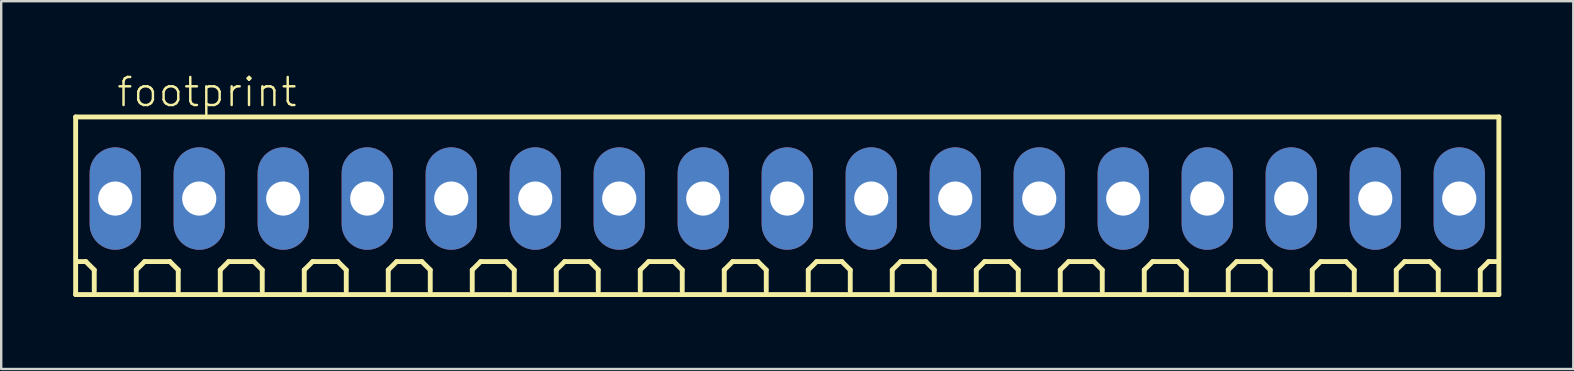
<source format=kicad_pcb>
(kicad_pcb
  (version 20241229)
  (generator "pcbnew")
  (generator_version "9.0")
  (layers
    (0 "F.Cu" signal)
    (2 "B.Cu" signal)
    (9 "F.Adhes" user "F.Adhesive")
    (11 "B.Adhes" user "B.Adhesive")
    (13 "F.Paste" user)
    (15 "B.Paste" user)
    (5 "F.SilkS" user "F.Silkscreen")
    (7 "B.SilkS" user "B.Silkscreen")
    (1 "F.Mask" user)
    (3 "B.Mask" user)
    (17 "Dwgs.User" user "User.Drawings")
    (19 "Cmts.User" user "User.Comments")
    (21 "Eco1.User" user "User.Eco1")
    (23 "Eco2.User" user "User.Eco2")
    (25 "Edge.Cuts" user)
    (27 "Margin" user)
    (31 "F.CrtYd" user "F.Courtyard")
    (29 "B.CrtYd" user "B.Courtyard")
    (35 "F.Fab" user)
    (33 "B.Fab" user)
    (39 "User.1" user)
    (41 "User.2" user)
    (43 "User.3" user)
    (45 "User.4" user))
  (footprint "footprint"
    (layer "F.Cu")
    (at 29.752 5.223)
    (property "Reference" "footprint" (at -28 -3.75 0) (layer "F.SilkS") (effects (font (size 1.168 1.168) (thickness 0.102)) (justify left bottom)))
    (fp_line (start -29.65 -3.4) (end 29.65 -3.4) (stroke (width 0.203) (type solid)) (layer "F.SilkS"))
    (fp_line (start -29.65 4) (end -29.65 -3.4) (stroke (width 0.203) (type solid)) (layer "F.SilkS"))
    (fp_line (start -29.225 2.625) (end -29.575 2.625) (stroke (width 0.203) (type solid)) (layer "F.SilkS"))
    (fp_line (start -28.875 2.975) (end -29.225 2.625) (stroke (width 0.203) (type solid)) (layer "F.SilkS"))
    (fp_line (start -28.875 3.85) (end -28.875 2.975) (stroke (width 0.203) (type solid)) (layer "F.SilkS"))
    (fp_line (start -27.125 2.975) (end -26.775 2.625) (stroke (width 0.203) (type solid)) (layer "F.SilkS"))
    (fp_line (start -27.125 3.85) (end -27.125 2.975) (stroke (width 0.203) (type solid)) (layer "F.SilkS"))
    (fp_line (start -26.775 2.625) (end -25.725 2.625) (stroke (width 0.203) (type solid)) (layer "F.SilkS"))
    (fp_line (start -25.725 2.625) (end -25.375 2.975) (stroke (width 0.203) (type solid)) (layer "F.SilkS"))
    (fp_line (start -25.375 2.975) (end -25.375 3.85) (stroke (width 0.203) (type solid)) (layer "F.SilkS"))
    (fp_line (start -23.625 2.975) (end -23.275 2.625) (stroke (width 0.203) (type solid)) (layer "F.SilkS"))
    (fp_line (start -23.625 3.85) (end -23.625 2.975) (stroke (width 0.203) (type solid)) (layer "F.SilkS"))
    (fp_line (start -23.275 2.625) (end -22.225 2.625) (stroke (width 0.203) (type solid)) (layer "F.SilkS"))
    (fp_line (start -22.225 2.625) (end -21.875 2.975) (stroke (width 0.203) (type solid)) (layer "F.SilkS"))
    (fp_line (start -21.875 2.975) (end -21.875 3.85) (stroke (width 0.203) (type solid)) (layer "F.SilkS"))
    (fp_line (start -20.125 2.975) (end -19.775 2.625) (stroke (width 0.203) (type solid)) (layer "F.SilkS"))
    (fp_line (start -20.125 3.85) (end -20.125 2.975) (stroke (width 0.203) (type solid)) (layer "F.SilkS"))
    (fp_line (start -19.775 2.625) (end -18.725 2.625) (stroke (width 0.203) (type solid)) (layer "F.SilkS"))
    (fp_line (start -18.725 2.625) (end -18.375 2.975) (stroke (width 0.203) (type solid)) (layer "F.SilkS"))
    (fp_line (start -18.375 2.975) (end -18.375 3.85) (stroke (width 0.203) (type solid)) (layer "F.SilkS"))
    (fp_line (start -16.625 2.975) (end -16.275 2.625) (stroke (width 0.203) (type solid)) (layer "F.SilkS"))
    (fp_line (start -16.625 3.85) (end -16.625 2.975) (stroke (width 0.203) (type solid)) (layer "F.SilkS"))
    (fp_line (start -16.275 2.625) (end -15.225 2.625) (stroke (width 0.203) (type solid)) (layer "F.SilkS"))
    (fp_line (start -15.225 2.625) (end -14.875 2.975) (stroke (width 0.203) (type solid)) (layer "F.SilkS"))
    (fp_line (start -14.875 2.975) (end -14.875 3.85) (stroke (width 0.203) (type solid)) (layer "F.SilkS"))
    (fp_line (start -13.125 2.975) (end -12.775 2.625) (stroke (width 0.203) (type solid)) (layer "F.SilkS"))
    (fp_line (start -13.125 3.85) (end -13.125 2.975) (stroke (width 0.203) (type solid)) (layer "F.SilkS"))
    (fp_line (start -12.775 2.625) (end -11.725 2.625) (stroke (width 0.203) (type solid)) (layer "F.SilkS"))
    (fp_line (start -11.725 2.625) (end -11.375 2.975) (stroke (width 0.203) (type solid)) (layer "F.SilkS"))
    (fp_line (start -11.375 2.975) (end -11.375 3.85) (stroke (width 0.203) (type solid)) (layer "F.SilkS"))
    (fp_line (start -9.625 2.975) (end -9.275 2.625) (stroke (width 0.203) (type solid)) (layer "F.SilkS"))
    (fp_line (start -9.625 3.85) (end -9.625 2.975) (stroke (width 0.203) (type solid)) (layer "F.SilkS"))
    (fp_line (start -9.275 2.625) (end -8.225 2.625) (stroke (width 0.203) (type solid)) (layer "F.SilkS"))
    (fp_line (start -8.225 2.625) (end -7.875 2.975) (stroke (width 0.203) (type solid)) (layer "F.SilkS"))
    (fp_line (start -7.875 2.975) (end -7.875 3.85) (stroke (width 0.203) (type solid)) (layer "F.SilkS"))
    (fp_line (start -6.125 2.975) (end -5.775 2.625) (stroke (width 0.203) (type solid)) (layer "F.SilkS"))
    (fp_line (start -6.125 3.85) (end -6.125 2.975) (stroke (width 0.203) (type solid)) (layer "F.SilkS"))
    (fp_line (start -5.775 2.625) (end -4.725 2.625) (stroke (width 0.203) (type solid)) (layer "F.SilkS"))
    (fp_line (start -4.725 2.625) (end -4.375 2.975) (stroke (width 0.203) (type solid)) (layer "F.SilkS"))
    (fp_line (start -4.375 2.975) (end -4.375 3.85) (stroke (width 0.203) (type solid)) (layer "F.SilkS"))
    (fp_line (start -2.625 2.975) (end -2.275 2.625) (stroke (width 0.203) (type solid)) (layer "F.SilkS"))
    (fp_line (start -2.625 3.85) (end -2.625 2.975) (stroke (width 0.203) (type solid)) (layer "F.SilkS"))
    (fp_line (start -2.275 2.625) (end -1.225 2.625) (stroke (width 0.203) (type solid)) (layer "F.SilkS"))
    (fp_line (start -1.225 2.625) (end -0.875 2.975) (stroke (width 0.203) (type solid)) (layer "F.SilkS"))
    (fp_line (start -0.875 2.975) (end -0.875 3.85) (stroke (width 0.203) (type solid)) (layer "F.SilkS"))
    (fp_line (start 0.875 2.975) (end 1.225 2.625) (stroke (width 0.203) (type solid)) (layer "F.SilkS"))
    (fp_line (start 0.875 3.85) (end 0.875 2.975) (stroke (width 0.203) (type solid)) (layer "F.SilkS"))
    (fp_line (start 1.225 2.625) (end 2.275 2.625) (stroke (width 0.203) (type solid)) (layer "F.SilkS"))
    (fp_line (start 2.275 2.625) (end 2.625 2.975) (stroke (width 0.203) (type solid)) (layer "F.SilkS"))
    (fp_line (start 2.625 2.975) (end 2.625 3.85) (stroke (width 0.203) (type solid)) (layer "F.SilkS"))
    (fp_line (start 4.375 2.975) (end 4.725 2.625) (stroke (width 0.203) (type solid)) (layer "F.SilkS"))
    (fp_line (start 4.375 3.85) (end 4.375 2.975) (stroke (width 0.203) (type solid)) (layer "F.SilkS"))
    (fp_line (start 4.725 2.625) (end 5.775 2.625) (stroke (width 0.203) (type solid)) (layer "F.SilkS"))
    (fp_line (start 5.775 2.625) (end 6.125 2.975) (stroke (width 0.203) (type solid)) (layer "F.SilkS"))
    (fp_line (start 6.125 2.975) (end 6.125 3.85) (stroke (width 0.203) (type solid)) (layer "F.SilkS"))
    (fp_line (start 7.875 2.975) (end 8.225 2.625) (stroke (width 0.203) (type solid)) (layer "F.SilkS"))
    (fp_line (start 7.875 3.85) (end 7.875 2.975) (stroke (width 0.203) (type solid)) (layer "F.SilkS"))
    (fp_line (start 8.225 2.625) (end 9.275 2.625) (stroke (width 0.203) (type solid)) (layer "F.SilkS"))
    (fp_line (start 9.275 2.625) (end 9.625 2.975) (stroke (width 0.203) (type solid)) (layer "F.SilkS"))
    (fp_line (start 9.625 2.975) (end 9.625 3.85) (stroke (width 0.203) (type solid)) (layer "F.SilkS"))
    (fp_line (start 11.375 2.975) (end 11.725 2.625) (stroke (width 0.203) (type solid)) (layer "F.SilkS"))
    (fp_line (start 11.375 3.85) (end 11.375 2.975) (stroke (width 0.203) (type solid)) (layer "F.SilkS"))
    (fp_line (start 11.725 2.625) (end 12.775 2.625) (stroke (width 0.203) (type solid)) (layer "F.SilkS"))
    (fp_line (start 12.775 2.625) (end 13.125 2.975) (stroke (width 0.203) (type solid)) (layer "F.SilkS"))
    (fp_line (start 13.125 2.975) (end 13.125 3.85) (stroke (width 0.203) (type solid)) (layer "F.SilkS"))
    (fp_line (start 14.875 2.975) (end 15.225 2.625) (stroke (width 0.203) (type solid)) (layer "F.SilkS"))
    (fp_line (start 14.875 3.85) (end 14.875 2.975) (stroke (width 0.203) (type solid)) (layer "F.SilkS"))
    (fp_line (start 15.225 2.625) (end 16.275 2.625) (stroke (width 0.203) (type solid)) (layer "F.SilkS"))
    (fp_line (start 16.275 2.625) (end 16.625 2.975) (stroke (width 0.203) (type solid)) (layer "F.SilkS"))
    (fp_line (start 16.625 2.975) (end 16.625 3.85) (stroke (width 0.203) (type solid)) (layer "F.SilkS"))
    (fp_line (start 18.375 2.975) (end 18.725 2.625) (stroke (width 0.203) (type solid)) (layer "F.SilkS"))
    (fp_line (start 18.375 3.85) (end 18.375 2.975) (stroke (width 0.203) (type solid)) (layer "F.SilkS"))
    (fp_line (start 18.725 2.625) (end 19.775 2.625) (stroke (width 0.203) (type solid)) (layer "F.SilkS"))
    (fp_line (start 19.775 2.625) (end 20.125 2.975) (stroke (width 0.203) (type solid)) (layer "F.SilkS"))
    (fp_line (start 20.125 2.975) (end 20.125 3.85) (stroke (width 0.203) (type solid)) (layer "F.SilkS"))
    (fp_line (start 21.875 2.975) (end 22.225 2.625) (stroke (width 0.203) (type solid)) (layer "F.SilkS"))
    (fp_line (start 21.875 3.85) (end 21.875 2.975) (stroke (width 0.203) (type solid)) (layer "F.SilkS"))
    (fp_line (start 22.225 2.625) (end 23.275 2.625) (stroke (width 0.203) (type solid)) (layer "F.SilkS"))
    (fp_line (start 23.275 2.625) (end 23.625 2.975) (stroke (width 0.203) (type solid)) (layer "F.SilkS"))
    (fp_line (start 23.625 2.975) (end 23.625 3.85) (stroke (width 0.203) (type solid)) (layer "F.SilkS"))
    (fp_line (start 25.375 2.975) (end 25.725 2.625) (stroke (width 0.203) (type solid)) (layer "F.SilkS"))
    (fp_line (start 25.375 3.85) (end 25.375 2.975) (stroke (width 0.203) (type solid)) (layer "F.SilkS"))
    (fp_line (start 25.725 2.625) (end 26.775 2.625) (stroke (width 0.203) (type solid)) (layer "F.SilkS"))
    (fp_line (start 26.775 2.625) (end 27.125 2.975) (stroke (width 0.203) (type solid)) (layer "F.SilkS"))
    (fp_line (start 27.125 2.975) (end 27.125 3.85) (stroke (width 0.203) (type solid)) (layer "F.SilkS"))
    (fp_line (start 28.875 2.975) (end 29.225 2.625) (stroke (width 0.203) (type solid)) (layer "F.SilkS"))
    (fp_line (start 28.875 3.85) (end 28.875 2.975) (stroke (width 0.203) (type solid)) (layer "F.SilkS"))
    (fp_line (start 29.225 2.625) (end 29.575 2.625) (stroke (width 0.203) (type solid)) (layer "F.SilkS"))
    (fp_line (start 29.65 -3.4) (end 29.65 4) (stroke (width 0.203) (type solid)) (layer "F.SilkS"))
    (fp_line (start 29.65 4) (end -29.65 4) (stroke (width 0.203) (type solid)) (layer "F.SilkS"))
    (pad "1" thru_hole oval (at -28 0 90) (size 4.267 2.134) (drill 1.422) (layers "*.Cu" "*.Mask"))
    (pad "2" thru_hole oval (at -24.5 0 90) (size 4.267 2.134) (drill 1.422) (layers "*.Cu" "*.Mask"))
    (pad "3" thru_hole oval (at -21 0 90) (size 4.267 2.134) (drill 1.422) (layers "*.Cu" "*.Mask"))
    (pad "4" thru_hole oval (at -17.5 0 90) (size 4.267 2.134) (drill 1.422) (layers "*.Cu" "*.Mask"))
    (pad "5" thru_hole oval (at -14 0 90) (size 4.267 2.134) (drill 1.422) (layers "*.Cu" "*.Mask"))
    (pad "6" thru_hole oval (at -10.5 0 90) (size 4.267 2.134) (drill 1.422) (layers "*.Cu" "*.Mask"))
    (pad "7" thru_hole oval (at -7 0 90) (size 4.267 2.134) (drill 1.422) (layers "*.Cu" "*.Mask"))
    (pad "8" thru_hole oval (at -3.5 0 90) (size 4.267 2.134) (drill 1.422) (layers "*.Cu" "*.Mask"))
    (pad "9" thru_hole oval (at 0 0 90) (size 4.267 2.134) (drill 1.422) (layers "*.Cu" "*.Mask"))
    (pad "10" thru_hole oval (at 3.5 0 90) (size 4.267 2.134) (drill 1.422) (layers "*.Cu" "*.Mask"))
    (pad "11" thru_hole oval (at 7 0 90) (size 4.267 2.134) (drill 1.422) (layers "*.Cu" "*.Mask"))
    (pad "12" thru_hole oval (at 10.5 0 90) (size 4.267 2.134) (drill 1.422) (layers "*.Cu" "*.Mask"))
    (pad "13" thru_hole oval (at 14 0 90) (size 4.267 2.134) (drill 1.422) (layers "*.Cu" "*.Mask"))
    (pad "14" thru_hole oval (at 17.5 0 90) (size 4.267 2.134) (drill 1.422) (layers "*.Cu" "*.Mask"))
    (pad "15" thru_hole oval (at 21 0 90) (size 4.267 2.134) (drill 1.422) (layers "*.Cu" "*.Mask"))
    (pad "16" thru_hole oval (at 24.5 0 90) (size 4.267 2.134) (drill 1.422) (layers "*.Cu" "*.Mask"))
    (pad "17" thru_hole oval (at 28 0 90) (size 4.267 2.134) (drill 1.422) (layers "*.Cu" "*.Mask")))
  (gr_rect
    (start -3 -3)
    (end 62.503 12.325)
    (stroke (width 0.1) (type default))
    (fill no)
    (layer "Edge.Cuts")))
</source>
